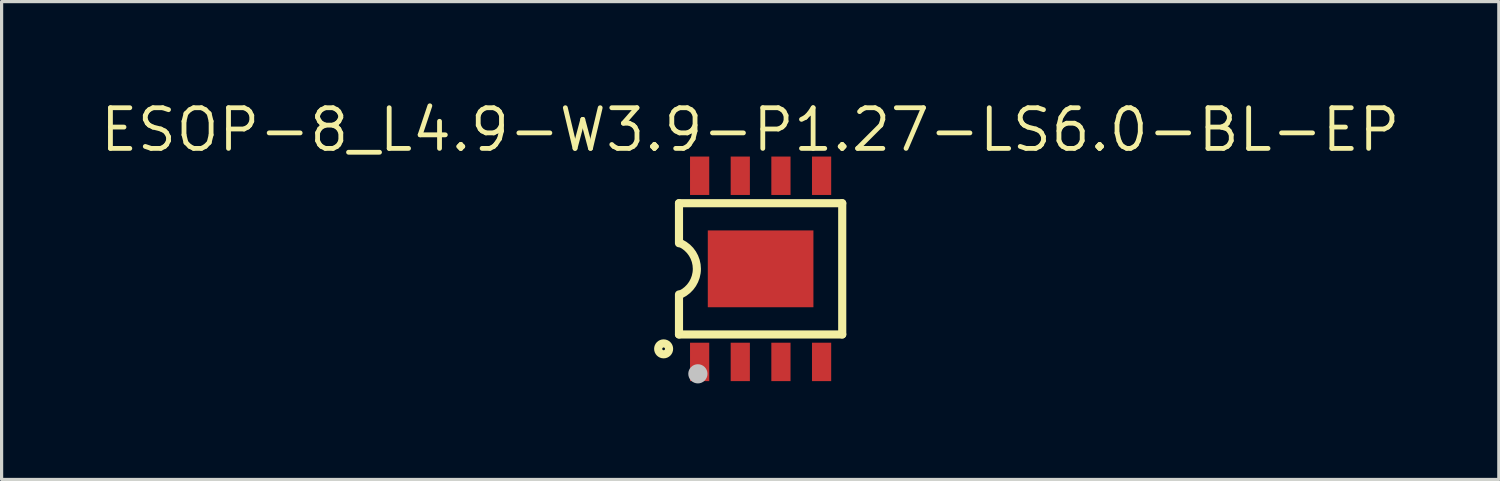
<source format=kicad_pcb>
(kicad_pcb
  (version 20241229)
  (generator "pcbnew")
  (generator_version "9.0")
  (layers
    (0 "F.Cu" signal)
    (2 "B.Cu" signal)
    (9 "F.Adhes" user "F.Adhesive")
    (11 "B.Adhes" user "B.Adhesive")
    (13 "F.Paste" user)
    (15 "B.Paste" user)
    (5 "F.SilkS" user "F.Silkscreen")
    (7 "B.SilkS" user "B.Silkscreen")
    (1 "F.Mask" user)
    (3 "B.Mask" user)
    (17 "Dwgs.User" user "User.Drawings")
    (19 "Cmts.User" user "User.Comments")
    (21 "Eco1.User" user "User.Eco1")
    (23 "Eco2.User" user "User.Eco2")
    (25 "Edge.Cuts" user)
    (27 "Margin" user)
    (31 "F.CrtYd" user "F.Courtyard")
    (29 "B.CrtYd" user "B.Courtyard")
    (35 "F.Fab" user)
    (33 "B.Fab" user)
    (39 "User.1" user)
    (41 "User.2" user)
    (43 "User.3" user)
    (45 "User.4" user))
  (footprint "ESOP-8_L4.9-W3.9-P1.27-LS6.0-BL-EP"
    (layer "F.Cu")
    (at 20.713 5.349)
    (property "Reference" "ESOP-8_L4.9-W3.9-P1.27-LS6.0-BL-EP" (at -0.325 -4.343 0) (layer "F.SilkS") (effects (font (size 1.27 1.27) (thickness 0.15))))
    (fp_line (start -2.55 -2.05) (end 2.55 -2.05) (stroke (width 0.254) (type default)) (layer "F.SilkS"))
    (fp_line (start -2.55 -0.8) (end -2.55 -2.05) (stroke (width 0.254) (type default)) (layer "F.SilkS"))
    (fp_line (start -2.55 0.8) (end -2.55 2.05) (stroke (width 0.254) (type default)) (layer "F.SilkS"))
    (fp_line (start 2.55 -2.05) (end 2.55 2.05) (stroke (width 0.254) (type default)) (layer "F.SilkS"))
    (fp_line (start 2.55 2.05) (end -2.55 2.05) (stroke (width 0.254) (type default)) (layer "F.SilkS"))
    (fp_arc (start -2.4999 -0.8001) (mid -1.991452 0) (end -2.4999 0.8001) (stroke (width 0.254) (type default)) (layer "F.SilkS"))
    (fp_circle (center -3.03 2.5) (end -2.86 2.5) (stroke (width 0.254) (type default)) (fill no) (layer "F.SilkS"))
    (fp_circle (center -1.96 3.28) (end -1.81 3.28) (stroke (width 0.3) (type default)) (fill no) (layer "Dwgs.User"))
    (fp_circle (center -2.454 2.95) (end -2.424 2.95) (stroke (width 0.06) (type default)) (fill no) (layer "User.5"))
    (pad "1" smd rect (at -1.905 2.908) (size 0.6 1.2) (layers "F.Cu" "F.Mask" "F.Paste"))
    (pad "2" smd rect (at -0.635 2.908) (size 0.6 1.2) (layers "F.Cu" "F.Mask" "F.Paste"))
    (pad "3" smd rect (at 0.635 2.908) (size 0.6 1.2) (layers "F.Cu" "F.Mask" "F.Paste"))
    (pad "4" smd rect (at 1.905 2.908) (size 0.6 1.2) (layers "F.Cu" "F.Mask" "F.Paste"))
    (pad "5" smd rect (at 1.905 -2.908) (size 0.6 1.2) (layers "F.Cu" "F.Mask" "F.Paste"))
    (pad "6" smd rect (at 0.635 -2.908) (size 0.6 1.2) (layers "F.Cu" "F.Mask" "F.Paste"))
    (pad "7" smd rect (at -0.635 -2.908) (size 0.6 1.2) (layers "F.Cu" "F.Mask" "F.Paste"))
    (pad "8" smd rect (at -1.905 -2.908) (size 0.6 1.2) (layers "F.Cu" "F.Mask" "F.Paste"))
    (pad "9" smd rect (at 0 0 180) (size 3.3 2.4) (layers "F.Cu" "F.Mask" "F.Paste"))
    (zone (net_name "") (layer "User.3") (hatch edge 0.5) (priority 100) (connect_pads yes) (min_thickness 0) (filled_areas_thickness no) (fill yes) (polygon (pts (xy 18.263 3.4) (xy 23.163 3.4) (xy 23.163 7.3) (xy 18.263 7.3))) (filled_polygon (layer "User.3") (island) (pts (xy 18.263 3.4) (xy 23.163 3.4) (xy 23.163 7.3) (xy 18.263 7.3))))
    (zone (net_name "") (layer "User.4") (hatch edge 0.5) (priority 100) (connect_pads yes) (min_thickness 0) (filled_areas_thickness no) (fill yes) (polygon (pts (xy 18.608 3.05) (xy 18.608 2.4) (xy 19.008 2.4) (xy 19.008 3.05))) (filled_polygon (layer "User.4") (island) (pts (xy 18.608 3.05) (xy 18.608 2.4) (xy 19.008 2.4) (xy 19.008 3.05))))
    (zone (net_name "") (layer "User.4") (hatch edge 0.5) (priority 100) (connect_pads) (min_thickness 0) (filled_areas_thickness no) (keepout (tracks allowed) (vias allowed) (pads allowed) (copperpour not_allowed) (footprints allowed)) (placement (enabled no)) (fill) (polygon (pts (xy 18.608 3.409) (xy 18.608 3.039) (xy 19.008 3.039) (xy 19.008 3.409))))
    (zone (net_name "") (layer "User.4") (hatch edge 0.5) (priority 100) (connect_pads) (min_thickness 0) (filled_areas_thickness no) (keepout (tracks allowed) (vias allowed) (pads allowed) (copperpour not_allowed) (footprints allowed)) (placement (enabled no)) (fill) (polygon (pts (xy 18.608 7.66) (xy 18.608 7.29) (xy 19.008 7.29) (xy 19.008 7.66))))
    (zone (net_name "") (layer "User.4") (hatch edge 0.5) (priority 100) (connect_pads yes) (min_thickness 0) (filled_areas_thickness no) (fill yes) (polygon (pts (xy 18.608 8.3) (xy 18.608 7.649) (xy 19.008 7.649) (xy 19.008 8.3))) (filled_polygon (layer "User.4") (island) (pts (xy 18.608 8.3) (xy 18.608 7.649) (xy 19.008 7.649) (xy 19.008 8.3))))
    (zone (net_name "") (layer "User.4") (hatch edge 0.5) (priority 100) (connect_pads yes) (min_thickness 0) (filled_areas_thickness no) (fill yes) (polygon (pts (xy 19.878 3.05) (xy 19.878 2.4) (xy 20.278 2.4) (xy 20.278 3.05))) (filled_polygon (layer "User.4") (island) (pts (xy 19.878 3.05) (xy 19.878 2.4) (xy 20.278 2.4) (xy 20.278 3.05))))
    (zone (net_name "") (layer "User.4") (hatch edge 0.5) (priority 100) (connect_pads) (min_thickness 0) (filled_areas_thickness no) (keepout (tracks allowed) (vias allowed) (pads allowed) (copperpour not_allowed) (footprints allowed)) (placement (enabled no)) (fill) (polygon (pts (xy 19.878 3.409) (xy 19.878 3.039) (xy 20.278 3.039) (xy 20.278 3.409))))
    (zone (net_name "") (layer "User.4") (hatch edge 0.5) (priority 100) (connect_pads) (min_thickness 0) (filled_areas_thickness no) (keepout (tracks allowed) (vias allowed) (pads allowed) (copperpour not_allowed) (footprints allowed)) (placement (enabled no)) (fill) (polygon (pts (xy 19.878 7.66) (xy 19.878 7.29) (xy 20.278 7.29) (xy 20.278 7.66))))
    (zone (net_name "") (layer "User.4") (hatch edge 0.5) (priority 100) (connect_pads yes) (min_thickness 0) (filled_areas_thickness no) (fill yes) (polygon (pts (xy 19.878 8.3) (xy 19.878 7.649) (xy 20.278 7.649) (xy 20.278 8.3))) (filled_polygon (layer "User.4") (island) (pts (xy 19.878 8.3) (xy 19.878 7.649) (xy 20.278 7.649) (xy 20.278 8.3))))
    (zone (net_name "") (layer "User.4") (hatch edge 0.5) (priority 100) (connect_pads yes) (min_thickness 0) (filled_areas_thickness no) (fill yes) (polygon (pts (xy 21.148 3.05) (xy 21.148 2.4) (xy 21.548 2.4) (xy 21.548 3.05))) (filled_polygon (layer "User.4") (island) (pts (xy 21.148 3.05) (xy 21.148 2.4) (xy 21.548 2.4) (xy 21.548 3.05))))
    (zone (net_name "") (layer "User.4") (hatch edge 0.5) (priority 100) (connect_pads) (min_thickness 0) (filled_areas_thickness no) (keepout (tracks allowed) (vias allowed) (pads allowed) (copperpour not_allowed) (footprints allowed)) (placement (enabled no)) (fill) (polygon (pts (xy 21.148 3.409) (xy 21.148 3.039) (xy 21.548 3.039) (xy 21.548 3.409))))
    (zone (net_name "") (layer "User.4") (hatch edge 0.5) (priority 100) (connect_pads) (min_thickness 0) (filled_areas_thickness no) (keepout (tracks allowed) (vias allowed) (pads allowed) (copperpour not_allowed) (footprints allowed)) (placement (enabled no)) (fill) (polygon (pts (xy 21.148 7.66) (xy 21.148 7.29) (xy 21.548 7.29) (xy 21.548 7.66))))
    (zone (net_name "") (layer "User.4") (hatch edge 0.5) (priority 100) (connect_pads yes) (min_thickness 0) (filled_areas_thickness no) (fill yes) (polygon (pts (xy 21.148 8.3) (xy 21.148 7.649) (xy 21.548 7.649) (xy 21.548 8.3))) (filled_polygon (layer "User.4") (island) (pts (xy 21.148 8.3) (xy 21.148 7.649) (xy 21.548 7.649) (xy 21.548 8.3))))
    (zone (net_name "") (layer "User.4") (hatch edge 0.5) (priority 100) (connect_pads yes) (min_thickness 0) (filled_areas_thickness no) (fill yes) (polygon (pts (xy 22.363 6.55) (xy 19.063 6.55) (xy 19.063 4.149) (xy 22.363 4.149))) (filled_polygon (layer "User.4") (island) (pts (xy 22.363 6.55) (xy 19.063 6.55) (xy 19.063 4.149) (xy 22.363 4.149))))
    (zone (net_name "") (layer "User.4") (hatch edge 0.5) (priority 100) (connect_pads yes) (min_thickness 0) (filled_areas_thickness no) (fill yes) (polygon (pts (xy 22.418 3.05) (xy 22.418 2.4) (xy 22.818 2.4) (xy 22.818 3.05))) (filled_polygon (layer "User.4") (island) (pts (xy 22.418 3.05) (xy 22.418 2.4) (xy 22.818 2.4) (xy 22.818 3.05))))
    (zone (net_name "") (layer "User.4") (hatch edge 0.5) (priority 100) (connect_pads) (min_thickness 0) (filled_areas_thickness no) (keepout (tracks allowed) (vias allowed) (pads allowed) (copperpour not_allowed) (footprints allowed)) (placement (enabled no)) (fill) (polygon (pts (xy 22.418 3.409) (xy 22.418 3.039) (xy 22.818 3.039) (xy 22.818 3.409))))
    (zone (net_name "") (layer "User.4") (hatch edge 0.5) (priority 100) (connect_pads) (min_thickness 0) (filled_areas_thickness no) (keepout (tracks allowed) (vias allowed) (pads allowed) (copperpour not_allowed) (footprints allowed)) (placement (enabled no)) (fill) (polygon (pts (xy 22.418 7.66) (xy 22.418 7.29) (xy 22.818 7.29) (xy 22.818 7.66))))
    (zone (net_name "") (layer "User.4") (hatch edge 0.5) (priority 100) (connect_pads yes) (min_thickness 0) (filled_areas_thickness no) (fill yes) (polygon (pts (xy 22.418 8.3) (xy 22.418 7.649) (xy 22.818 7.649) (xy 22.818 8.3))) (filled_polygon (layer "User.4") (island) (pts (xy 22.418 8.3) (xy 22.418 7.649) (xy 22.818 7.649) (xy 22.818 8.3)))))
  (gr_rect
    (start -3 -3)
    (end 43.776 11.93)
    (stroke (width 0.1) (type default))
    (fill no)
    (layer "Edge.Cuts")))
</source>
